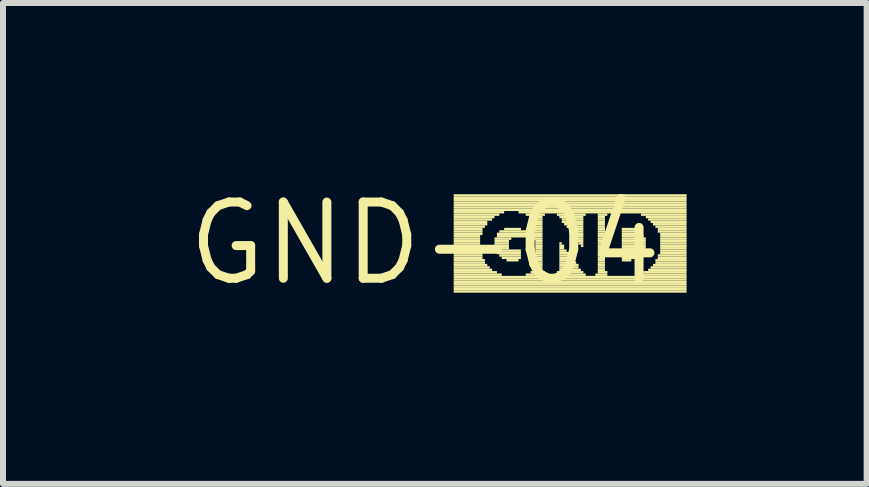
<source format=kicad_pcb>
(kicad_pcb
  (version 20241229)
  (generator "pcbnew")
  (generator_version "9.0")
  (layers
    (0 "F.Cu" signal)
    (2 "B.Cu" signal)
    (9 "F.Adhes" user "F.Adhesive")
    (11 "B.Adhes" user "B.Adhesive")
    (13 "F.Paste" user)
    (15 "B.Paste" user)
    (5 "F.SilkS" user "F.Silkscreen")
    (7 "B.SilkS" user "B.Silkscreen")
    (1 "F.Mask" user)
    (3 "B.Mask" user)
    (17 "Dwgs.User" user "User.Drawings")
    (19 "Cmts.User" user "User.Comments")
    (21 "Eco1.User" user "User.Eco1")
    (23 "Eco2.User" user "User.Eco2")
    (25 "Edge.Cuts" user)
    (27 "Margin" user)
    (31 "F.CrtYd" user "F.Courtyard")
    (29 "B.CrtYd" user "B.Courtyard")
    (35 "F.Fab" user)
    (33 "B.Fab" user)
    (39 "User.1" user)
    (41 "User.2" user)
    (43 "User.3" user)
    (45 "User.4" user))
  (footprint "GND-04"
    (layer "F.Cu")
    (at 4.029 1.006)
    (property "Reference" "GND-04" (at 0 0 0) (layer "F.SilkS") (effects (font (size 1.27 1.27) (thickness 0.15))))
    (attr through_hole)
    (fp_poly (pts (xy 0.48 -0.78) (xy 4.36 -0.78) (xy 4.36 -0.82) (xy 0.48 -0.82)) (stroke (width 0) (type solid)) (fill yes) (layer "F.SilkS"))
    (fp_poly (pts (xy 0.48 -0.74) (xy 4.36 -0.74) (xy 4.36 -0.78) (xy 0.48 -0.78)) (stroke (width 0) (type solid)) (fill yes) (layer "F.SilkS"))
    (fp_poly (pts (xy 0.48 -0.7) (xy 4.36 -0.7) (xy 4.36 -0.74) (xy 0.48 -0.74)) (stroke (width 0) (type solid)) (fill yes) (layer "F.SilkS"))
    (fp_poly (pts (xy 0.48 -0.66) (xy 4.36 -0.66) (xy 4.36 -0.7) (xy 0.48 -0.7)) (stroke (width 0) (type solid)) (fill yes) (layer "F.SilkS"))
    (fp_poly (pts (xy 0.48 -0.62) (xy 4.36 -0.62) (xy 4.36 -0.66) (xy 0.48 -0.66)) (stroke (width 0) (type solid)) (fill yes) (layer "F.SilkS"))
    (fp_poly (pts (xy 0.48 -0.58) (xy 4.36 -0.58) (xy 4.36 -0.62) (xy 0.48 -0.62)) (stroke (width 0) (type solid)) (fill yes) (layer "F.SilkS"))
    (fp_poly (pts (xy 0.48 -0.54) (xy 4.36 -0.54) (xy 4.36 -0.58) (xy 0.48 -0.58)) (stroke (width 0) (type solid)) (fill yes) (layer "F.SilkS"))
    (fp_poly (pts (xy 0.48 -0.5) (xy 1.32 -0.5) (xy 1.32 -0.54) (xy 0.48 -0.54)) (stroke (width 0) (type solid)) (fill yes) (layer "F.SilkS"))
    (fp_poly (pts (xy 0.48 -0.46) (xy 1.24 -0.46) (xy 1.24 -0.5) (xy 0.48 -0.5)) (stroke (width 0) (type solid)) (fill yes) (layer "F.SilkS"))
    (fp_poly (pts (xy 0.48 -0.42) (xy 1.16 -0.42) (xy 1.16 -0.46) (xy 0.48 -0.46)) (stroke (width 0) (type solid)) (fill yes) (layer "F.SilkS"))
    (fp_poly (pts (xy 0.48 -0.38) (xy 1.12 -0.38) (xy 1.12 -0.42) (xy 0.48 -0.42)) (stroke (width 0) (type solid)) (fill yes) (layer "F.SilkS"))
    (fp_poly (pts (xy 0.48 -0.34) (xy 1.04 -0.34) (xy 1.04 -0.38) (xy 0.48 -0.38)) (stroke (width 0) (type solid)) (fill yes) (layer "F.SilkS"))
    (fp_poly (pts (xy 0.48 -0.3) (xy 1.04 -0.3) (xy 1.04 -0.34) (xy 0.48 -0.34)) (stroke (width 0) (type solid)) (fill yes) (layer "F.SilkS"))
    (fp_poly (pts (xy 0.48 -0.26) (xy 1 -0.26) (xy 1 -0.3) (xy 0.48 -0.3)) (stroke (width 0) (type solid)) (fill yes) (layer "F.SilkS"))
    (fp_poly (pts (xy 0.48 -0.22) (xy 0.96 -0.22) (xy 0.96 -0.26) (xy 0.48 -0.26)) (stroke (width 0) (type solid)) (fill yes) (layer "F.SilkS"))
    (fp_poly (pts (xy 0.48 -0.18) (xy 0.96 -0.18) (xy 0.96 -0.22) (xy 0.48 -0.22)) (stroke (width 0) (type solid)) (fill yes) (layer "F.SilkS"))
    (fp_poly (pts (xy 0.48 -0.14) (xy 0.96 -0.14) (xy 0.96 -0.18) (xy 0.48 -0.18)) (stroke (width 0) (type solid)) (fill yes) (layer "F.SilkS"))
    (fp_poly (pts (xy 0.48 -0.1) (xy 0.92 -0.1) (xy 0.92 -0.14) (xy 0.48 -0.14)) (stroke (width 0) (type solid)) (fill yes) (layer "F.SilkS"))
    (fp_poly (pts (xy 0.48 -0.06) (xy 0.92 -0.06) (xy 0.92 -0.1) (xy 0.48 -0.1)) (stroke (width 0) (type solid)) (fill yes) (layer "F.SilkS"))
    (fp_poly (pts (xy 0.48 -0.02) (xy 0.92 -0.02) (xy 0.92 -0.06) (xy 0.48 -0.06)) (stroke (width 0) (type solid)) (fill yes) (layer "F.SilkS"))
    (fp_poly (pts (xy 0.48 0.02) (xy 0.92 0.02) (xy 0.92 -0.02) (xy 0.48 -0.02)) (stroke (width 0) (type solid)) (fill yes) (layer "F.SilkS"))
    (fp_poly (pts (xy 0.48 0.06) (xy 0.92 0.06) (xy 0.92 0.02) (xy 0.48 0.02)) (stroke (width 0) (type solid)) (fill yes) (layer "F.SilkS"))
    (fp_poly (pts (xy 0.48 0.1) (xy 0.92 0.1) (xy 0.92 0.06) (xy 0.48 0.06)) (stroke (width 0) (type solid)) (fill yes) (layer "F.SilkS"))
    (fp_poly (pts (xy 0.48 0.14) (xy 0.92 0.14) (xy 0.92 0.1) (xy 0.48 0.1)) (stroke (width 0) (type solid)) (fill yes) (layer "F.SilkS"))
    (fp_poly (pts (xy 0.48 0.18) (xy 0.96 0.18) (xy 0.96 0.14) (xy 0.48 0.14)) (stroke (width 0) (type solid)) (fill yes) (layer "F.SilkS"))
    (fp_poly (pts (xy 0.48 0.22) (xy 0.96 0.22) (xy 0.96 0.18) (xy 0.48 0.18)) (stroke (width 0) (type solid)) (fill yes) (layer "F.SilkS"))
    (fp_poly (pts (xy 0.48 0.26) (xy 0.96 0.26) (xy 0.96 0.22) (xy 0.48 0.22)) (stroke (width 0) (type solid)) (fill yes) (layer "F.SilkS"))
    (fp_poly (pts (xy 0.48 0.3) (xy 1 0.3) (xy 1 0.26) (xy 0.48 0.26)) (stroke (width 0) (type solid)) (fill yes) (layer "F.SilkS"))
    (fp_poly (pts (xy 0.48 0.34) (xy 1 0.34) (xy 1 0.3) (xy 0.48 0.3)) (stroke (width 0) (type solid)) (fill yes) (layer "F.SilkS"))
    (fp_poly (pts (xy 0.48 0.38) (xy 1.04 0.38) (xy 1.04 0.34) (xy 0.48 0.34)) (stroke (width 0) (type solid)) (fill yes) (layer "F.SilkS"))
    (fp_poly (pts (xy 0.48 0.42) (xy 1.08 0.42) (xy 1.08 0.38) (xy 0.48 0.38)) (stroke (width 0) (type solid)) (fill yes) (layer "F.SilkS"))
    (fp_poly (pts (xy 0.48 0.46) (xy 1.12 0.46) (xy 1.12 0.42) (xy 0.48 0.42)) (stroke (width 0) (type solid)) (fill yes) (layer "F.SilkS"))
    (fp_poly (pts (xy 0.48 0.5) (xy 1.2 0.5) (xy 1.2 0.46) (xy 0.48 0.46)) (stroke (width 0) (type solid)) (fill yes) (layer "F.SilkS"))
    (fp_poly (pts (xy 0.48 0.54) (xy 1.28 0.54) (xy 1.28 0.5) (xy 0.48 0.5)) (stroke (width 0) (type solid)) (fill yes) (layer "F.SilkS"))
    (fp_poly (pts (xy 0.48 0.58) (xy 4.36 0.58) (xy 4.36 0.54) (xy 0.48 0.54)) (stroke (width 0) (type solid)) (fill yes) (layer "F.SilkS"))
    (fp_poly (pts (xy 0.48 0.62) (xy 4.36 0.62) (xy 4.36 0.58) (xy 0.48 0.58)) (stroke (width 0) (type solid)) (fill yes) (layer "F.SilkS"))
    (fp_poly (pts (xy 0.48 0.66) (xy 4.36 0.66) (xy 4.36 0.62) (xy 0.48 0.62)) (stroke (width 0) (type solid)) (fill yes) (layer "F.SilkS"))
    (fp_poly (pts (xy 0.48 0.7) (xy 4.36 0.7) (xy 4.36 0.66) (xy 0.48 0.66)) (stroke (width 0) (type solid)) (fill yes) (layer "F.SilkS"))
    (fp_poly (pts (xy 0.48 0.74) (xy 4.36 0.74) (xy 4.36 0.7) (xy 0.48 0.7)) (stroke (width 0) (type solid)) (fill yes) (layer "F.SilkS"))
    (fp_poly (pts (xy 0.48 0.78) (xy 4.36 0.78) (xy 4.36 0.74) (xy 0.48 0.74)) (stroke (width 0) (type solid)) (fill yes) (layer "F.SilkS"))
    (fp_poly (pts (xy 0.48 0.82) (xy 4.36 0.82) (xy 4.36 0.78) (xy 0.48 0.78)) (stroke (width 0) (type solid)) (fill yes) (layer "F.SilkS"))
    (fp_poly (pts (xy 1.16 -0.06) (xy 1.44 -0.06) (xy 1.44 -0.1) (xy 1.16 -0.1)) (stroke (width 0) (type solid)) (fill yes) (layer "F.SilkS"))
    (fp_poly (pts (xy 1.16 -0.02) (xy 1.4 -0.02) (xy 1.4 -0.06) (xy 1.16 -0.06)) (stroke (width 0) (type solid)) (fill yes) (layer "F.SilkS"))
    (fp_poly (pts (xy 1.16 0.02) (xy 1.4 0.02) (xy 1.4 -0.02) (xy 1.16 -0.02)) (stroke (width 0) (type solid)) (fill yes) (layer "F.SilkS"))
    (fp_poly (pts (xy 1.16 0.06) (xy 1.4 0.06) (xy 1.4 0.02) (xy 1.16 0.02)) (stroke (width 0) (type solid)) (fill yes) (layer "F.SilkS"))
    (fp_poly (pts (xy 1.16 0.1) (xy 1.4 0.1) (xy 1.4 0.06) (xy 1.16 0.06)) (stroke (width 0) (type solid)) (fill yes) (layer "F.SilkS"))
    (fp_poly (pts (xy 1.2 -0.14) (xy 1.96 -0.14) (xy 1.96 -0.18) (xy 1.2 -0.18)) (stroke (width 0) (type solid)) (fill yes) (layer "F.SilkS"))
    (fp_poly (pts (xy 1.2 -0.1) (xy 1.96 -0.1) (xy 1.96 -0.14) (xy 1.2 -0.14)) (stroke (width 0) (type solid)) (fill yes) (layer "F.SilkS"))
    (fp_poly (pts (xy 1.2 0.14) (xy 1.6 0.14) (xy 1.6 0.1) (xy 1.2 0.1)) (stroke (width 0) (type solid)) (fill yes) (layer "F.SilkS"))
    (fp_poly (pts (xy 1.2 0.18) (xy 1.6 0.18) (xy 1.6 0.14) (xy 1.2 0.14)) (stroke (width 0) (type solid)) (fill yes) (layer "F.SilkS"))
    (fp_poly (pts (xy 1.24 -0.18) (xy 1.96 -0.18) (xy 1.96 -0.22) (xy 1.24 -0.22)) (stroke (width 0) (type solid)) (fill yes) (layer "F.SilkS"))
    (fp_poly (pts (xy 1.24 0.22) (xy 1.6 0.22) (xy 1.6 0.18) (xy 1.24 0.18)) (stroke (width 0) (type solid)) (fill yes) (layer "F.SilkS"))
    (fp_poly (pts (xy 1.28 0.26) (xy 1.6 0.26) (xy 1.6 0.22) (xy 1.28 0.22)) (stroke (width 0) (type solid)) (fill yes) (layer "F.SilkS"))
    (fp_poly (pts (xy 1.32 -0.22) (xy 1.6 -0.22) (xy 1.6 -0.26) (xy 1.32 -0.26)) (stroke (width 0) (type solid)) (fill yes) (layer "F.SilkS"))
    (fp_poly (pts (xy 1.36 0.3) (xy 1.56 0.3) (xy 1.56 0.26) (xy 1.36 0.26)) (stroke (width 0) (type solid)) (fill yes) (layer "F.SilkS"))
    (fp_poly (pts (xy 1.56 -0.5) (xy 4.36 -0.5) (xy 4.36 -0.54) (xy 1.56 -0.54)) (stroke (width 0) (type solid)) (fill yes) (layer "F.SilkS"))
    (fp_poly (pts (xy 1.68 -0.46) (xy 2 -0.46) (xy 2 -0.5) (xy 1.68 -0.5)) (stroke (width 0) (type solid)) (fill yes) (layer "F.SilkS"))
    (fp_poly (pts (xy 1.68 0.54) (xy 2 0.54) (xy 2 0.5) (xy 1.68 0.5)) (stroke (width 0) (type solid)) (fill yes) (layer "F.SilkS"))
    (fp_poly (pts (xy 1.76 -0.42) (xy 1.96 -0.42) (xy 1.96 -0.46) (xy 1.76 -0.46)) (stroke (width 0) (type solid)) (fill yes) (layer "F.SilkS"))
    (fp_poly (pts (xy 1.76 -0.22) (xy 1.96 -0.22) (xy 1.96 -0.26) (xy 1.76 -0.26)) (stroke (width 0) (type solid)) (fill yes) (layer "F.SilkS"))
    (fp_poly (pts (xy 1.76 0.5) (xy 2 0.5) (xy 2 0.46) (xy 1.76 0.46)) (stroke (width 0) (type solid)) (fill yes) (layer "F.SilkS"))
    (fp_poly (pts (xy 1.8 -0.38) (xy 1.96 -0.38) (xy 1.96 -0.42) (xy 1.8 -0.42)) (stroke (width 0) (type solid)) (fill yes) (layer "F.SilkS"))
    (fp_poly (pts (xy 1.8 -0.34) (xy 1.96 -0.34) (xy 1.96 -0.38) (xy 1.8 -0.38)) (stroke (width 0) (type solid)) (fill yes) (layer "F.SilkS"))
    (fp_poly (pts (xy 1.8 -0.3) (xy 1.96 -0.3) (xy 1.96 -0.34) (xy 1.8 -0.34)) (stroke (width 0) (type solid)) (fill yes) (layer "F.SilkS"))
    (fp_poly (pts (xy 1.8 -0.26) (xy 1.96 -0.26) (xy 1.96 -0.3) (xy 1.8 -0.3)) (stroke (width 0) (type solid)) (fill yes) (layer "F.SilkS"))
    (fp_poly (pts (xy 1.8 -0.06) (xy 1.96 -0.06) (xy 1.96 -0.1) (xy 1.8 -0.1)) (stroke (width 0) (type solid)) (fill yes) (layer "F.SilkS"))
    (fp_poly (pts (xy 1.8 0.46) (xy 1.96 0.46) (xy 1.96 0.42) (xy 1.8 0.42)) (stroke (width 0) (type solid)) (fill yes) (layer "F.SilkS"))
    (fp_poly (pts (xy 1.84 -0.02) (xy 1.96 -0.02) (xy 1.96 -0.06) (xy 1.84 -0.06)) (stroke (width 0) (type solid)) (fill yes) (layer "F.SilkS"))
    (fp_poly (pts (xy 1.84 0.02) (xy 1.96 0.02) (xy 1.96 -0.02) (xy 1.84 -0.02)) (stroke (width 0) (type solid)) (fill yes) (layer "F.SilkS"))
    (fp_poly (pts (xy 1.84 0.06) (xy 1.96 0.06) (xy 1.96 0.02) (xy 1.84 0.02)) (stroke (width 0) (type solid)) (fill yes) (layer "F.SilkS"))
    (fp_poly (pts (xy 1.84 0.1) (xy 1.96 0.1) (xy 1.96 0.06) (xy 1.84 0.06)) (stroke (width 0) (type solid)) (fill yes) (layer "F.SilkS"))
    (fp_poly (pts (xy 1.84 0.14) (xy 1.96 0.14) (xy 1.96 0.1) (xy 1.84 0.1)) (stroke (width 0) (type solid)) (fill yes) (layer "F.SilkS"))
    (fp_poly (pts (xy 1.84 0.18) (xy 1.96 0.18) (xy 1.96 0.14) (xy 1.84 0.14)) (stroke (width 0) (type solid)) (fill yes) (layer "F.SilkS"))
    (fp_poly (pts (xy 1.84 0.22) (xy 1.96 0.22) (xy 1.96 0.18) (xy 1.84 0.18)) (stroke (width 0) (type solid)) (fill yes) (layer "F.SilkS"))
    (fp_poly (pts (xy 1.84 0.26) (xy 1.96 0.26) (xy 1.96 0.22) (xy 1.84 0.22)) (stroke (width 0) (type solid)) (fill yes) (layer "F.SilkS"))
    (fp_poly (pts (xy 1.84 0.3) (xy 1.96 0.3) (xy 1.96 0.26) (xy 1.84 0.26)) (stroke (width 0) (type solid)) (fill yes) (layer "F.SilkS"))
    (fp_poly (pts (xy 1.84 0.34) (xy 1.96 0.34) (xy 1.96 0.3) (xy 1.84 0.3)) (stroke (width 0) (type solid)) (fill yes) (layer "F.SilkS"))
    (fp_poly (pts (xy 1.84 0.38) (xy 1.96 0.38) (xy 1.96 0.34) (xy 1.84 0.34)) (stroke (width 0) (type solid)) (fill yes) (layer "F.SilkS"))
    (fp_poly (pts (xy 1.84 0.42) (xy 1.96 0.42) (xy 1.96 0.38) (xy 1.84 0.38)) (stroke (width 0) (type solid)) (fill yes) (layer "F.SilkS"))
    (fp_poly (pts (xy 2.2 -0.46) (xy 2.68 -0.46) (xy 2.68 -0.5) (xy 2.2 -0.5)) (stroke (width 0) (type solid)) (fill yes) (layer "F.SilkS"))
    (fp_poly (pts (xy 2.2 0.5) (xy 2.64 0.5) (xy 2.64 0.46) (xy 2.2 0.46)) (stroke (width 0) (type solid)) (fill yes) (layer "F.SilkS"))
    (fp_poly (pts (xy 2.2 0.54) (xy 2.68 0.54) (xy 2.68 0.5) (xy 2.2 0.5)) (stroke (width 0) (type solid)) (fill yes) (layer "F.SilkS"))
    (fp_poly (pts (xy 2.24 -0.42) (xy 2.64 -0.42) (xy 2.64 -0.46) (xy 2.24 -0.46)) (stroke (width 0) (type solid)) (fill yes) (layer "F.SilkS"))
    (fp_poly (pts (xy 2.24 0.02) (xy 2.28 0.02) (xy 2.28 -0.02) (xy 2.24 -0.02)) (stroke (width 0) (type solid)) (fill yes) (layer "F.SilkS"))
    (fp_poly (pts (xy 2.24 0.06) (xy 2.32 0.06) (xy 2.32 0.02) (xy 2.24 0.02)) (stroke (width 0) (type solid)) (fill yes) (layer "F.SilkS"))
    (fp_poly (pts (xy 2.24 0.1) (xy 2.32 0.1) (xy 2.32 0.06) (xy 2.24 0.06)) (stroke (width 0) (type solid)) (fill yes) (layer "F.SilkS"))
    (fp_poly (pts (xy 2.24 0.14) (xy 2.36 0.14) (xy 2.36 0.1) (xy 2.24 0.1)) (stroke (width 0) (type solid)) (fill yes) (layer "F.SilkS"))
    (fp_poly (pts (xy 2.24 0.18) (xy 2.4 0.18) (xy 2.4 0.14) (xy 2.24 0.14)) (stroke (width 0) (type solid)) (fill yes) (layer "F.SilkS"))
    (fp_poly (pts (xy 2.24 0.22) (xy 2.44 0.22) (xy 2.44 0.18) (xy 2.24 0.18)) (stroke (width 0) (type solid)) (fill yes) (layer "F.SilkS"))
    (fp_poly (pts (xy 2.24 0.26) (xy 2.44 0.26) (xy 2.44 0.22) (xy 2.24 0.22)) (stroke (width 0) (type solid)) (fill yes) (layer "F.SilkS"))
    (fp_poly (pts (xy 2.24 0.3) (xy 2.48 0.3) (xy 2.48 0.26) (xy 2.24 0.26)) (stroke (width 0) (type solid)) (fill yes) (layer "F.SilkS"))
    (fp_poly (pts (xy 2.24 0.34) (xy 2.52 0.34) (xy 2.52 0.3) (xy 2.24 0.3)) (stroke (width 0) (type solid)) (fill yes) (layer "F.SilkS"))
    (fp_poly (pts (xy 2.24 0.38) (xy 2.56 0.38) (xy 2.56 0.34) (xy 2.24 0.34)) (stroke (width 0) (type solid)) (fill yes) (layer "F.SilkS"))
    (fp_poly (pts (xy 2.24 0.42) (xy 2.56 0.42) (xy 2.56 0.38) (xy 2.24 0.38)) (stroke (width 0) (type solid)) (fill yes) (layer "F.SilkS"))
    (fp_poly (pts (xy 2.24 0.46) (xy 2.6 0.46) (xy 2.6 0.42) (xy 2.24 0.42)) (stroke (width 0) (type solid)) (fill yes) (layer "F.SilkS"))
    (fp_poly (pts (xy 2.28 -0.38) (xy 2.64 -0.38) (xy 2.64 -0.42) (xy 2.28 -0.42)) (stroke (width 0) (type solid)) (fill yes) (layer "F.SilkS"))
    (fp_poly (pts (xy 2.28 -0.34) (xy 2.64 -0.34) (xy 2.64 -0.38) (xy 2.28 -0.38)) (stroke (width 0) (type solid)) (fill yes) (layer "F.SilkS"))
    (fp_poly (pts (xy 2.32 -0.3) (xy 2.64 -0.3) (xy 2.64 -0.34) (xy 2.32 -0.34)) (stroke (width 0) (type solid)) (fill yes) (layer "F.SilkS"))
    (fp_poly (pts (xy 2.36 -0.26) (xy 2.64 -0.26) (xy 2.64 -0.3) (xy 2.36 -0.3)) (stroke (width 0) (type solid)) (fill yes) (layer "F.SilkS"))
    (fp_poly (pts (xy 2.4 -0.22) (xy 2.64 -0.22) (xy 2.64 -0.26) (xy 2.4 -0.26)) (stroke (width 0) (type solid)) (fill yes) (layer "F.SilkS"))
    (fp_poly (pts (xy 2.4 -0.18) (xy 2.64 -0.18) (xy 2.64 -0.22) (xy 2.4 -0.22)) (stroke (width 0) (type solid)) (fill yes) (layer "F.SilkS"))
    (fp_poly (pts (xy 2.44 -0.14) (xy 2.64 -0.14) (xy 2.64 -0.18) (xy 2.44 -0.18)) (stroke (width 0) (type solid)) (fill yes) (layer "F.SilkS"))
    (fp_poly (pts (xy 2.48 -0.1) (xy 2.64 -0.1) (xy 2.64 -0.14) (xy 2.48 -0.14)) (stroke (width 0) (type solid)) (fill yes) (layer "F.SilkS"))
    (fp_poly (pts (xy 2.52 -0.06) (xy 2.64 -0.06) (xy 2.64 -0.1) (xy 2.52 -0.1)) (stroke (width 0) (type solid)) (fill yes) (layer "F.SilkS"))
    (fp_poly (pts (xy 2.52 -0.02) (xy 2.64 -0.02) (xy 2.64 -0.06) (xy 2.52 -0.06)) (stroke (width 0) (type solid)) (fill yes) (layer "F.SilkS"))
    (fp_poly (pts (xy 2.56 0.02) (xy 2.64 0.02) (xy 2.64 -0.02) (xy 2.56 -0.02)) (stroke (width 0) (type solid)) (fill yes) (layer "F.SilkS"))
    (fp_poly (pts (xy 2.6 0.06) (xy 2.64 0.06) (xy 2.64 0.02) (xy 2.6 0.02)) (stroke (width 0) (type solid)) (fill yes) (layer "F.SilkS"))
    (fp_poly (pts (xy 2.84 0.54) (xy 3.04 0.54) (xy 3.04 0.5) (xy 2.84 0.5)) (stroke (width 0) (type solid)) (fill yes) (layer "F.SilkS"))
    (fp_poly (pts (xy 2.88 -0.46) (xy 3.04 -0.46) (xy 3.04 -0.5) (xy 2.88 -0.5)) (stroke (width 0) (type solid)) (fill yes) (layer "F.SilkS"))
    (fp_poly (pts (xy 2.88 -0.42) (xy 3 -0.42) (xy 3 -0.46) (xy 2.88 -0.46)) (stroke (width 0) (type solid)) (fill yes) (layer "F.SilkS"))
    (fp_poly (pts (xy 2.88 -0.38) (xy 3 -0.38) (xy 3 -0.42) (xy 2.88 -0.42)) (stroke (width 0) (type solid)) (fill yes) (layer "F.SilkS"))
    (fp_poly (pts (xy 2.88 -0.34) (xy 3 -0.34) (xy 3 -0.38) (xy 2.88 -0.38)) (stroke (width 0) (type solid)) (fill yes) (layer "F.SilkS"))
    (fp_poly (pts (xy 2.88 -0.3) (xy 3 -0.3) (xy 3 -0.34) (xy 2.88 -0.34)) (stroke (width 0) (type solid)) (fill yes) (layer "F.SilkS"))
    (fp_poly (pts (xy 2.88 -0.26) (xy 3 -0.26) (xy 3 -0.3) (xy 2.88 -0.3)) (stroke (width 0) (type solid)) (fill yes) (layer "F.SilkS"))
    (fp_poly (pts (xy 2.88 -0.22) (xy 3 -0.22) (xy 3 -0.26) (xy 2.88 -0.26)) (stroke (width 0) (type solid)) (fill yes) (layer "F.SilkS"))
    (fp_poly (pts (xy 2.88 -0.18) (xy 3 -0.18) (xy 3 -0.22) (xy 2.88 -0.22)) (stroke (width 0) (type solid)) (fill yes) (layer "F.SilkS"))
    (fp_poly (pts (xy 2.88 -0.14) (xy 3 -0.14) (xy 3 -0.18) (xy 2.88 -0.18)) (stroke (width 0) (type solid)) (fill yes) (layer "F.SilkS"))
    (fp_poly (pts (xy 2.88 -0.1) (xy 3 -0.1) (xy 3 -0.14) (xy 2.88 -0.14)) (stroke (width 0) (type solid)) (fill yes) (layer "F.SilkS"))
    (fp_poly (pts (xy 2.88 -0.06) (xy 3 -0.06) (xy 3 -0.1) (xy 2.88 -0.1)) (stroke (width 0) (type solid)) (fill yes) (layer "F.SilkS"))
    (fp_poly (pts (xy 2.88 -0.02) (xy 3 -0.02) (xy 3 -0.06) (xy 2.88 -0.06)) (stroke (width 0) (type solid)) (fill yes) (layer "F.SilkS"))
    (fp_poly (pts (xy 2.88 0.02) (xy 3 0.02) (xy 3 -0.02) (xy 2.88 -0.02)) (stroke (width 0) (type solid)) (fill yes) (layer "F.SilkS"))
    (fp_poly (pts (xy 2.88 0.06) (xy 3 0.06) (xy 3 0.02) (xy 2.88 0.02)) (stroke (width 0) (type solid)) (fill yes) (layer "F.SilkS"))
    (fp_poly (pts (xy 2.88 0.1) (xy 3 0.1) (xy 3 0.06) (xy 2.88 0.06)) (stroke (width 0) (type solid)) (fill yes) (layer "F.SilkS"))
    (fp_poly (pts (xy 2.88 0.14) (xy 3 0.14) (xy 3 0.1) (xy 2.88 0.1)) (stroke (width 0) (type solid)) (fill yes) (layer "F.SilkS"))
    (fp_poly (pts (xy 2.88 0.18) (xy 3 0.18) (xy 3 0.14) (xy 2.88 0.14)) (stroke (width 0) (type solid)) (fill yes) (layer "F.SilkS"))
    (fp_poly (pts (xy 2.88 0.22) (xy 3 0.22) (xy 3 0.18) (xy 2.88 0.18)) (stroke (width 0) (type solid)) (fill yes) (layer "F.SilkS"))
    (fp_poly (pts (xy 2.88 0.26) (xy 3 0.26) (xy 3 0.22) (xy 2.88 0.22)) (stroke (width 0) (type solid)) (fill yes) (layer "F.SilkS"))
    (fp_poly (pts (xy 2.88 0.3) (xy 3 0.3) (xy 3 0.26) (xy 2.88 0.26)) (stroke (width 0) (type solid)) (fill yes) (layer "F.SilkS"))
    (fp_poly (pts (xy 2.88 0.34) (xy 3 0.34) (xy 3 0.3) (xy 2.88 0.3)) (stroke (width 0) (type solid)) (fill yes) (layer "F.SilkS"))
    (fp_poly (pts (xy 2.88 0.38) (xy 3 0.38) (xy 3 0.34) (xy 2.88 0.34)) (stroke (width 0) (type solid)) (fill yes) (layer "F.SilkS"))
    (fp_poly (pts (xy 2.88 0.42) (xy 3 0.42) (xy 3 0.38) (xy 2.88 0.38)) (stroke (width 0) (type solid)) (fill yes) (layer "F.SilkS"))
    (fp_poly (pts (xy 2.88 0.46) (xy 3 0.46) (xy 3 0.42) (xy 2.88 0.42)) (stroke (width 0) (type solid)) (fill yes) (layer "F.SilkS"))
    (fp_poly (pts (xy 2.88 0.5) (xy 3.04 0.5) (xy 3.04 0.46) (xy 2.88 0.46)) (stroke (width 0) (type solid)) (fill yes) (layer "F.SilkS"))
    (fp_poly (pts (xy 3.28 -0.22) (xy 3.52 -0.22) (xy 3.52 -0.26) (xy 3.28 -0.26)) (stroke (width 0) (type solid)) (fill yes) (layer "F.SilkS"))
    (fp_poly (pts (xy 3.28 -0.18) (xy 3.56 -0.18) (xy 3.56 -0.22) (xy 3.28 -0.22)) (stroke (width 0) (type solid)) (fill yes) (layer "F.SilkS"))
    (fp_poly (pts (xy 3.28 -0.14) (xy 3.6 -0.14) (xy 3.6 -0.18) (xy 3.28 -0.18)) (stroke (width 0) (type solid)) (fill yes) (layer "F.SilkS"))
    (fp_poly (pts (xy 3.28 -0.1) (xy 3.64 -0.1) (xy 3.64 -0.14) (xy 3.28 -0.14)) (stroke (width 0) (type solid)) (fill yes) (layer "F.SilkS"))
    (fp_poly (pts (xy 3.28 -0.06) (xy 3.68 -0.06) (xy 3.68 -0.1) (xy 3.28 -0.1)) (stroke (width 0) (type solid)) (fill yes) (layer "F.SilkS"))
    (fp_poly (pts (xy 3.28 -0.02) (xy 3.68 -0.02) (xy 3.68 -0.06) (xy 3.28 -0.06)) (stroke (width 0) (type solid)) (fill yes) (layer "F.SilkS"))
    (fp_poly (pts (xy 3.28 0.02) (xy 3.68 0.02) (xy 3.68 -0.02) (xy 3.28 -0.02)) (stroke (width 0) (type solid)) (fill yes) (layer "F.SilkS"))
    (fp_poly (pts (xy 3.28 0.06) (xy 3.68 0.06) (xy 3.68 0.02) (xy 3.28 0.02)) (stroke (width 0) (type solid)) (fill yes) (layer "F.SilkS"))
    (fp_poly (pts (xy 3.28 0.1) (xy 3.68 0.1) (xy 3.68 0.06) (xy 3.28 0.06)) (stroke (width 0) (type solid)) (fill yes) (layer "F.SilkS"))
    (fp_poly (pts (xy 3.28 0.14) (xy 3.64 0.14) (xy 3.64 0.1) (xy 3.28 0.1)) (stroke (width 0) (type solid)) (fill yes) (layer "F.SilkS"))
    (fp_poly (pts (xy 3.28 0.18) (xy 3.64 0.18) (xy 3.64 0.14) (xy 3.28 0.14)) (stroke (width 0) (type solid)) (fill yes) (layer "F.SilkS"))
    (fp_poly (pts (xy 3.28 0.22) (xy 3.6 0.22) (xy 3.6 0.18) (xy 3.28 0.18)) (stroke (width 0) (type solid)) (fill yes) (layer "F.SilkS"))
    (fp_poly (pts (xy 3.28 0.26) (xy 3.56 0.26) (xy 3.56 0.22) (xy 3.28 0.22)) (stroke (width 0) (type solid)) (fill yes) (layer "F.SilkS"))
    (fp_poly (pts (xy 3.28 0.3) (xy 3.44 0.3) (xy 3.44 0.26) (xy 3.28 0.26)) (stroke (width 0) (type solid)) (fill yes) (layer "F.SilkS"))
    (fp_poly (pts (xy 3.52 0.54) (xy 4.36 0.54) (xy 4.36 0.5) (xy 3.52 0.5)) (stroke (width 0) (type solid)) (fill yes) (layer "F.SilkS"))
    (fp_poly (pts (xy 3.6 -0.46) (xy 4.36 -0.46) (xy 4.36 -0.5) (xy 3.6 -0.5)) (stroke (width 0) (type solid)) (fill yes) (layer "F.SilkS"))
    (fp_poly (pts (xy 3.64 0.5) (xy 4.36 0.5) (xy 4.36 0.46) (xy 3.64 0.46)) (stroke (width 0) (type solid)) (fill yes) (layer "F.SilkS"))
    (fp_poly (pts (xy 3.68 -0.42) (xy 4.36 -0.42) (xy 4.36 -0.46) (xy 3.68 -0.46)) (stroke (width 0) (type solid)) (fill yes) (layer "F.SilkS"))
    (fp_poly (pts (xy 3.72 -0.38) (xy 4.36 -0.38) (xy 4.36 -0.42) (xy 3.72 -0.42)) (stroke (width 0) (type solid)) (fill yes) (layer "F.SilkS"))
    (fp_poly (pts (xy 3.72 0.46) (xy 4.36 0.46) (xy 4.36 0.42) (xy 3.72 0.42)) (stroke (width 0) (type solid)) (fill yes) (layer "F.SilkS"))
    (fp_poly (pts (xy 3.76 -0.34) (xy 4.36 -0.34) (xy 4.36 -0.38) (xy 3.76 -0.38)) (stroke (width 0) (type solid)) (fill yes) (layer "F.SilkS"))
    (fp_poly (pts (xy 3.76 0.42) (xy 4.36 0.42) (xy 4.36 0.38) (xy 3.76 0.38)) (stroke (width 0) (type solid)) (fill yes) (layer "F.SilkS"))
    (fp_poly (pts (xy 3.8 -0.3) (xy 4.36 -0.3) (xy 4.36 -0.34) (xy 3.8 -0.34)) (stroke (width 0) (type solid)) (fill yes) (layer "F.SilkS"))
    (fp_poly (pts (xy 3.8 0.38) (xy 4.36 0.38) (xy 4.36 0.34) (xy 3.8 0.34)) (stroke (width 0) (type solid)) (fill yes) (layer "F.SilkS"))
    (fp_poly (pts (xy 3.84 -0.26) (xy 4.36 -0.26) (xy 4.36 -0.3) (xy 3.84 -0.3)) (stroke (width 0) (type solid)) (fill yes) (layer "F.SilkS"))
    (fp_poly (pts (xy 3.84 0.3) (xy 4.36 0.3) (xy 4.36 0.26) (xy 3.84 0.26)) (stroke (width 0) (type solid)) (fill yes) (layer "F.SilkS"))
    (fp_poly (pts (xy 3.84 0.34) (xy 4.36 0.34) (xy 4.36 0.3) (xy 3.84 0.3)) (stroke (width 0) (type solid)) (fill yes) (layer "F.SilkS"))
    (fp_poly (pts (xy 3.88 -0.22) (xy 4.36 -0.22) (xy 4.36 -0.26) (xy 3.88 -0.26)) (stroke (width 0) (type solid)) (fill yes) (layer "F.SilkS"))
    (fp_poly (pts (xy 3.88 -0.18) (xy 4.36 -0.18) (xy 4.36 -0.22) (xy 3.88 -0.22)) (stroke (width 0) (type solid)) (fill yes) (layer "F.SilkS"))
    (fp_poly (pts (xy 3.88 0.22) (xy 4.36 0.22) (xy 4.36 0.18) (xy 3.88 0.18)) (stroke (width 0) (type solid)) (fill yes) (layer "F.SilkS"))
    (fp_poly (pts (xy 3.88 0.26) (xy 4.36 0.26) (xy 4.36 0.22) (xy 3.88 0.22)) (stroke (width 0) (type solid)) (fill yes) (layer "F.SilkS"))
    (fp_poly (pts (xy 3.92 -0.14) (xy 4.36 -0.14) (xy 4.36 -0.18) (xy 3.92 -0.18)) (stroke (width 0) (type solid)) (fill yes) (layer "F.SilkS"))
    (fp_poly (pts (xy 3.92 -0.1) (xy 4.36 -0.1) (xy 4.36 -0.14) (xy 3.92 -0.14)) (stroke (width 0) (type solid)) (fill yes) (layer "F.SilkS"))
    (fp_poly (pts (xy 3.92 -0.06) (xy 4.36 -0.06) (xy 4.36 -0.1) (xy 3.92 -0.1)) (stroke (width 0) (type solid)) (fill yes) (layer "F.SilkS"))
    (fp_poly (pts (xy 3.92 -0.02) (xy 4.36 -0.02) (xy 4.36 -0.06) (xy 3.92 -0.06)) (stroke (width 0) (type solid)) (fill yes) (layer "F.SilkS"))
    (fp_poly (pts (xy 3.92 0.02) (xy 4.36 0.02) (xy 4.36 -0.02) (xy 3.92 -0.02)) (stroke (width 0) (type solid)) (fill yes) (layer "F.SilkS"))
    (fp_poly (pts (xy 3.92 0.06) (xy 4.36 0.06) (xy 4.36 0.02) (xy 3.92 0.02)) (stroke (width 0) (type solid)) (fill yes) (layer "F.SilkS"))
    (fp_poly (pts (xy 3.92 0.1) (xy 4.36 0.1) (xy 4.36 0.06) (xy 3.92 0.06)) (stroke (width 0) (type solid)) (fill yes) (layer "F.SilkS"))
    (fp_poly (pts (xy 3.92 0.14) (xy 4.36 0.14) (xy 4.36 0.1) (xy 3.92 0.1)) (stroke (width 0) (type solid)) (fill yes) (layer "F.SilkS"))
    (fp_poly (pts (xy 3.92 0.18) (xy 4.36 0.18) (xy 4.36 0.14) (xy 3.92 0.14)) (stroke (width 0) (type solid)) (fill yes) (layer "F.SilkS")))
  (gr_rect
    (start -3 -3)
    (end 11.389 5.012)
    (stroke (width 0.1) (type default))
    (fill no)
    (layer "Edge.Cuts")))
</source>
